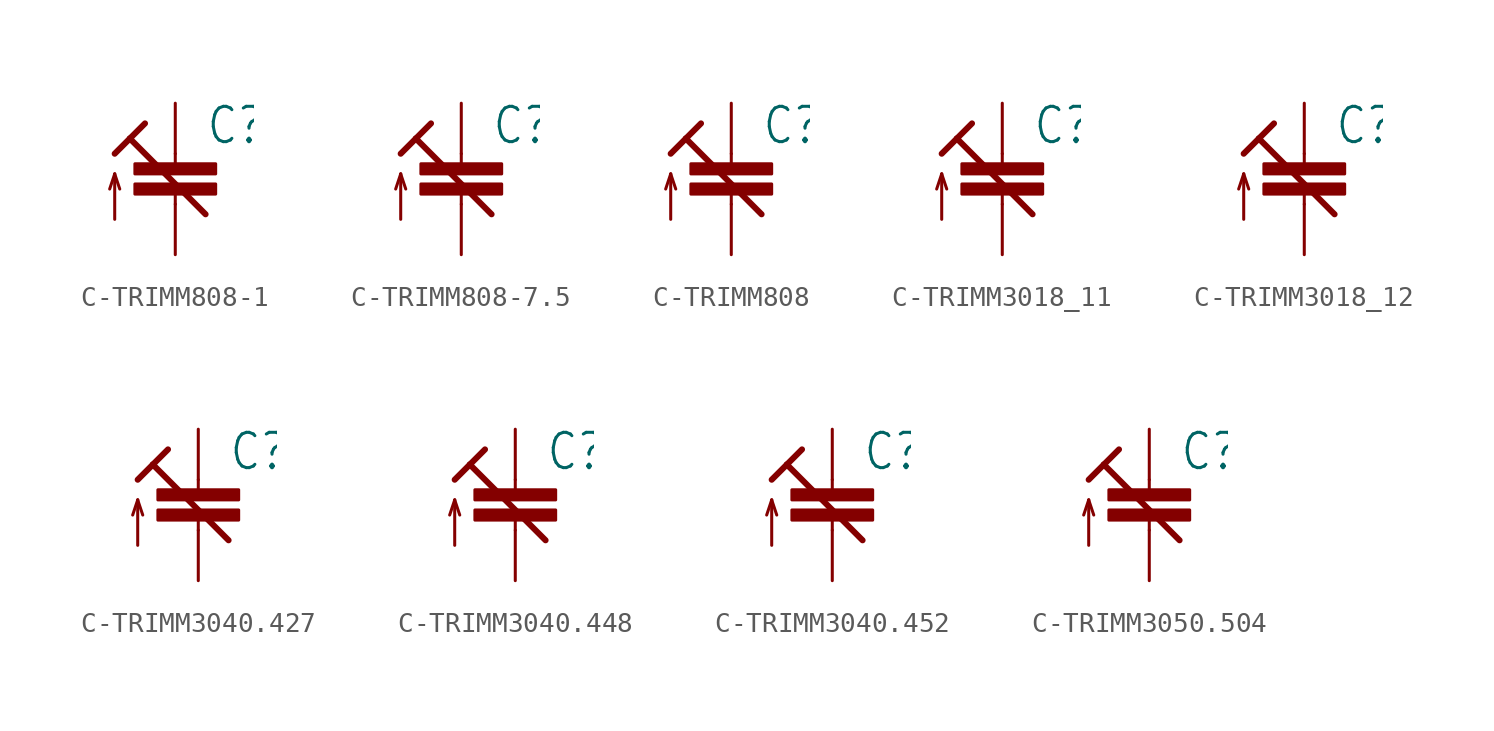
<source format=kicad_sym>
(kicad_symbol_lib
  (version 20231120)
  (generator "kicad_symbol_editor")
  (generator_version "8.0")
  (symbol "C-TRIMM808-1"
    (property "Reference" "C"
      (at 1.524 0.381 0)
      (effects (font (size 1.778 1.511)) (justify left bottom)))
    (property "Value" ""
      (at 2.286 -5.207 0)
      (effects (font (size 1.778 1.511)) (justify left bottom)))
    (property "ki_locked" ""
      (at 0 0 0)
      (effects (font (size 1.27 1.27))))
    (symbol "C-TRIMM808-1_1_0"
      (rectangle (start -2.032 -2.032) (end 2.032 -1.524) (stroke (width 0) (type default)) (fill (type outline)))
      (rectangle (start -2.032 -1.016) (end 2.032 -0.508) (stroke (width 0) (type default)) (fill (type outline)))
      (polyline (pts (xy -3.048 -3.302) (xy -3.048 -1.016)) (stroke (width 0.152) (type solid)) (fill (type none)))
      (polyline (pts (xy -3.048 -1.016) (xy -3.302 -1.778)) (stroke (width 0.152) (type solid)) (fill (type none)))
      (polyline (pts (xy -3.048 -1.016) (xy -2.794 -1.778)) (stroke (width 0.152) (type solid)) (fill (type none)))
      (polyline (pts (xy -3.048 0) (xy -2.286 0.762)) (stroke (width 0.305) (type solid)) (fill (type none)))
      (polyline (pts (xy -2.286 0.762) (xy -1.524 1.524)) (stroke (width 0.305) (type solid)) (fill (type none)))
      (polyline (pts (xy 0 -2.54) (xy 0 -2.032)) (stroke (width 0.152) (type solid)) (fill (type none)))
      (polyline (pts (xy 0 0) (xy 0 -0.508)) (stroke (width 0.152) (type solid)) (fill (type none)))
      (polyline (pts (xy 1.524 -3.048) (xy -2.286 0.762)) (stroke (width 0.305) (type solid)) (fill (type none)))
      (pin passive line (at 0 2.54 270) (length 2.54) (name "E" (effects (font (size 0 0)))) (number "1" (effects (font (size 0 0)))))
      (pin passive line (at 0 -5.08 90) (length 2.54) (name "A" (effects (font (size 0 0)))) (number "2" (effects (font (size 0 0)))))))
  (symbol "C-TRIMM808-7.5"
    (property "Reference" "C"
      (at 1.524 0.381 0)
      (effects (font (size 1.778 1.511)) (justify left bottom)))
    (property "Value" ""
      (at 2.286 -5.207 0)
      (effects (font (size 1.778 1.511)) (justify left bottom)))
    (property "ki_locked" ""
      (at 0 0 0)
      (effects (font (size 1.27 1.27))))
    (symbol "C-TRIMM808-7.5_1_0"
      (rectangle (start -2.032 -2.032) (end 2.032 -1.524) (stroke (width 0) (type default)) (fill (type outline)))
      (rectangle (start -2.032 -1.016) (end 2.032 -0.508) (stroke (width 0) (type default)) (fill (type outline)))
      (polyline (pts (xy -3.048 -3.302) (xy -3.048 -1.016)) (stroke (width 0.152) (type solid)) (fill (type none)))
      (polyline (pts (xy -3.048 -1.016) (xy -3.302 -1.778)) (stroke (width 0.152) (type solid)) (fill (type none)))
      (polyline (pts (xy -3.048 -1.016) (xy -2.794 -1.778)) (stroke (width 0.152) (type solid)) (fill (type none)))
      (polyline (pts (xy -3.048 0) (xy -2.286 0.762)) (stroke (width 0.305) (type solid)) (fill (type none)))
      (polyline (pts (xy -2.286 0.762) (xy -1.524 1.524)) (stroke (width 0.305) (type solid)) (fill (type none)))
      (polyline (pts (xy 0 -2.54) (xy 0 -2.032)) (stroke (width 0.152) (type solid)) (fill (type none)))
      (polyline (pts (xy 0 0) (xy 0 -0.508)) (stroke (width 0.152) (type solid)) (fill (type none)))
      (polyline (pts (xy 1.524 -3.048) (xy -2.286 0.762)) (stroke (width 0.305) (type solid)) (fill (type none)))
      (pin passive line (at 0 2.54 270) (length 2.54) (name "E" (effects (font (size 0 0)))) (number "1" (effects (font (size 0 0)))))
      (pin passive line (at 0 -5.08 90) (length 2.54) (name "A" (effects (font (size 0 0)))) (number "2" (effects (font (size 0 0)))))))
  (symbol "C-TRIMM808"
    (property "Reference" "C"
      (at 1.524 0.381 0)
      (effects (font (size 1.778 1.511)) (justify left bottom)))
    (property "Value" ""
      (at 2.286 -5.207 0)
      (effects (font (size 1.778 1.511)) (justify left bottom)))
    (property "ki_locked" ""
      (at 0 0 0)
      (effects (font (size 1.27 1.27))))
    (symbol "C-TRIMM808_1_0"
      (rectangle (start -2.032 -2.032) (end 2.032 -1.524) (stroke (width 0) (type default)) (fill (type outline)))
      (rectangle (start -2.032 -1.016) (end 2.032 -0.508) (stroke (width 0) (type default)) (fill (type outline)))
      (polyline (pts (xy -3.048 -3.302) (xy -3.048 -1.016)) (stroke (width 0.152) (type solid)) (fill (type none)))
      (polyline (pts (xy -3.048 -1.016) (xy -3.302 -1.778)) (stroke (width 0.152) (type solid)) (fill (type none)))
      (polyline (pts (xy -3.048 -1.016) (xy -2.794 -1.778)) (stroke (width 0.152) (type solid)) (fill (type none)))
      (polyline (pts (xy -3.048 0) (xy -2.286 0.762)) (stroke (width 0.305) (type solid)) (fill (type none)))
      (polyline (pts (xy -2.286 0.762) (xy -1.524 1.524)) (stroke (width 0.305) (type solid)) (fill (type none)))
      (polyline (pts (xy 0 -2.54) (xy 0 -2.032)) (stroke (width 0.152) (type solid)) (fill (type none)))
      (polyline (pts (xy 0 0) (xy 0 -0.508)) (stroke (width 0.152) (type solid)) (fill (type none)))
      (polyline (pts (xy 1.524 -3.048) (xy -2.286 0.762)) (stroke (width 0.305) (type solid)) (fill (type none)))
      (pin passive line (at 0 2.54 270) (length 2.54) (name "E" (effects (font (size 0 0)))) (number "1" (effects (font (size 0 0)))))
      (pin passive line (at 0 -5.08 90) (length 2.54) (name "A" (effects (font (size 0 0)))) (number "2" (effects (font (size 0 0)))))))
  (symbol "C-TRIMM3018_11"
    (property "Reference" "C"
      (at 1.524 0.381 0)
      (effects (font (size 1.778 1.511)) (justify left bottom)))
    (property "Value" ""
      (at 2.286 -5.207 0)
      (effects (font (size 1.778 1.511)) (justify left bottom)))
    (property "ki_locked" ""
      (at 0 0 0)
      (effects (font (size 1.27 1.27))))
    (symbol "C-TRIMM3018_11_1_0"
      (rectangle (start -2.032 -2.032) (end 2.032 -1.524) (stroke (width 0) (type default)) (fill (type outline)))
      (rectangle (start -2.032 -1.016) (end 2.032 -0.508) (stroke (width 0) (type default)) (fill (type outline)))
      (polyline (pts (xy -3.048 -3.302) (xy -3.048 -1.016)) (stroke (width 0.152) (type solid)) (fill (type none)))
      (polyline (pts (xy -3.048 -1.016) (xy -3.302 -1.778)) (stroke (width 0.152) (type solid)) (fill (type none)))
      (polyline (pts (xy -3.048 -1.016) (xy -2.794 -1.778)) (stroke (width 0.152) (type solid)) (fill (type none)))
      (polyline (pts (xy -3.048 0) (xy -2.286 0.762)) (stroke (width 0.305) (type solid)) (fill (type none)))
      (polyline (pts (xy -2.286 0.762) (xy -1.524 1.524)) (stroke (width 0.305) (type solid)) (fill (type none)))
      (polyline (pts (xy 0 -2.54) (xy 0 -2.032)) (stroke (width 0.152) (type solid)) (fill (type none)))
      (polyline (pts (xy 0 0) (xy 0 -0.508)) (stroke (width 0.152) (type solid)) (fill (type none)))
      (polyline (pts (xy 1.524 -3.048) (xy -2.286 0.762)) (stroke (width 0.305) (type solid)) (fill (type none)))
      (pin passive line (at 0 2.54 270) (length 2.54) (name "E" (effects (font (size 0 0)))) (number "+" (effects (font (size 0 0)))))
      (pin passive line (at 0 -5.08 90) (length 2.54) (name "A" (effects (font (size 0 0)))) (number "-" (effects (font (size 0 0)))))))
  (symbol "C-TRIMM3018_12"
    (property "Reference" "C"
      (at 1.524 0.381 0)
      (effects (font (size 1.778 1.511)) (justify left bottom)))
    (property "Value" ""
      (at 2.286 -5.207 0)
      (effects (font (size 1.778 1.511)) (justify left bottom)))
    (property "ki_locked" ""
      (at 0 0 0)
      (effects (font (size 1.27 1.27))))
    (symbol "C-TRIMM3018_12_1_0"
      (rectangle (start -2.032 -2.032) (end 2.032 -1.524) (stroke (width 0) (type default)) (fill (type outline)))
      (rectangle (start -2.032 -1.016) (end 2.032 -0.508) (stroke (width 0) (type default)) (fill (type outline)))
      (polyline (pts (xy -3.048 -3.302) (xy -3.048 -1.016)) (stroke (width 0.152) (type solid)) (fill (type none)))
      (polyline (pts (xy -3.048 -1.016) (xy -3.302 -1.778)) (stroke (width 0.152) (type solid)) (fill (type none)))
      (polyline (pts (xy -3.048 -1.016) (xy -2.794 -1.778)) (stroke (width 0.152) (type solid)) (fill (type none)))
      (polyline (pts (xy -3.048 0) (xy -2.286 0.762)) (stroke (width 0.305) (type solid)) (fill (type none)))
      (polyline (pts (xy -2.286 0.762) (xy -1.524 1.524)) (stroke (width 0.305) (type solid)) (fill (type none)))
      (polyline (pts (xy 0 -2.54) (xy 0 -2.032)) (stroke (width 0.152) (type solid)) (fill (type none)))
      (polyline (pts (xy 0 0) (xy 0 -0.508)) (stroke (width 0.152) (type solid)) (fill (type none)))
      (polyline (pts (xy 1.524 -3.048) (xy -2.286 0.762)) (stroke (width 0.305) (type solid)) (fill (type none)))
      (pin passive line (at 0 2.54 270) (length 2.54) (name "E" (effects (font (size 0 0)))) (number "+" (effects (font (size 0 0)))))
      (pin passive line (at 0 -5.08 90) (length 2.54) (name "A" (effects (font (size 0 0)))) (number "-" (effects (font (size 0 0)))))))
  (symbol "C-TRIMM3040.427"
    (property "Reference" "C"
      (at 1.524 0.381 0)
      (effects (font (size 1.778 1.511)) (justify left bottom)))
    (property "Value" ""
      (at 2.286 -5.207 0)
      (effects (font (size 1.778 1.511)) (justify left bottom)))
    (property "ki_locked" ""
      (at 0 0 0)
      (effects (font (size 1.27 1.27))))
    (symbol "C-TRIMM3040.427_1_0"
      (rectangle (start -2.032 -2.032) (end 2.032 -1.524) (stroke (width 0) (type default)) (fill (type outline)))
      (rectangle (start -2.032 -1.016) (end 2.032 -0.508) (stroke (width 0) (type default)) (fill (type outline)))
      (polyline (pts (xy -3.048 -3.302) (xy -3.048 -1.016)) (stroke (width 0.152) (type solid)) (fill (type none)))
      (polyline (pts (xy -3.048 -1.016) (xy -3.302 -1.778)) (stroke (width 0.152) (type solid)) (fill (type none)))
      (polyline (pts (xy -3.048 -1.016) (xy -2.794 -1.778)) (stroke (width 0.152) (type solid)) (fill (type none)))
      (polyline (pts (xy -3.048 0) (xy -2.286 0.762)) (stroke (width 0.305) (type solid)) (fill (type none)))
      (polyline (pts (xy -2.286 0.762) (xy -1.524 1.524)) (stroke (width 0.305) (type solid)) (fill (type none)))
      (polyline (pts (xy 0 -2.54) (xy 0 -2.032)) (stroke (width 0.152) (type solid)) (fill (type none)))
      (polyline (pts (xy 0 0) (xy 0 -0.508)) (stroke (width 0.152) (type solid)) (fill (type none)))
      (polyline (pts (xy 1.524 -3.048) (xy -2.286 0.762)) (stroke (width 0.305) (type solid)) (fill (type none)))
      (pin passive line (at 0 2.54 270) (length 2.54) (name "E" (effects (font (size 0 0)))) (number "1A" (effects (font (size 0 0)))))
      (pin passive line (at 0 -5.08 90) (length 2.54) (name "A" (effects (font (size 0 0)))) (number "2" (effects (font (size 0 0)))))))
  (symbol "C-TRIMM3040.448"
    (property "Reference" "C"
      (at 1.524 0.381 0)
      (effects (font (size 1.778 1.511)) (justify left bottom)))
    (property "Value" ""
      (at 2.286 -5.207 0)
      (effects (font (size 1.778 1.511)) (justify left bottom)))
    (property "ki_locked" ""
      (at 0 0 0)
      (effects (font (size 1.27 1.27))))
    (symbol "C-TRIMM3040.448_1_0"
      (rectangle (start -2.032 -2.032) (end 2.032 -1.524) (stroke (width 0) (type default)) (fill (type outline)))
      (rectangle (start -2.032 -1.016) (end 2.032 -0.508) (stroke (width 0) (type default)) (fill (type outline)))
      (polyline (pts (xy -3.048 -3.302) (xy -3.048 -1.016)) (stroke (width 0.152) (type solid)) (fill (type none)))
      (polyline (pts (xy -3.048 -1.016) (xy -3.302 -1.778)) (stroke (width 0.152) (type solid)) (fill (type none)))
      (polyline (pts (xy -3.048 -1.016) (xy -2.794 -1.778)) (stroke (width 0.152) (type solid)) (fill (type none)))
      (polyline (pts (xy -3.048 0) (xy -2.286 0.762)) (stroke (width 0.305) (type solid)) (fill (type none)))
      (polyline (pts (xy -2.286 0.762) (xy -1.524 1.524)) (stroke (width 0.305) (type solid)) (fill (type none)))
      (polyline (pts (xy 0 -2.54) (xy 0 -2.032)) (stroke (width 0.152) (type solid)) (fill (type none)))
      (polyline (pts (xy 0 0) (xy 0 -0.508)) (stroke (width 0.152) (type solid)) (fill (type none)))
      (polyline (pts (xy 1.524 -3.048) (xy -2.286 0.762)) (stroke (width 0.305) (type solid)) (fill (type none)))
      (pin passive line (at 0 2.54 270) (length 2.54) (name "E" (effects (font (size 0 0)))) (number "1A" (effects (font (size 0 0)))))
      (pin passive line (at 0 -5.08 90) (length 2.54) (name "A" (effects (font (size 0 0)))) (number "2" (effects (font (size 0 0)))))))
  (symbol "C-TRIMM3040.452"
    (property "Reference" "C"
      (at 1.524 0.381 0)
      (effects (font (size 1.778 1.511)) (justify left bottom)))
    (property "Value" ""
      (at 2.286 -5.207 0)
      (effects (font (size 1.778 1.511)) (justify left bottom)))
    (property "ki_locked" ""
      (at 0 0 0)
      (effects (font (size 1.27 1.27))))
    (symbol "C-TRIMM3040.452_1_0"
      (rectangle (start -2.032 -2.032) (end 2.032 -1.524) (stroke (width 0) (type default)) (fill (type outline)))
      (rectangle (start -2.032 -1.016) (end 2.032 -0.508) (stroke (width 0) (type default)) (fill (type outline)))
      (polyline (pts (xy -3.048 -3.302) (xy -3.048 -1.016)) (stroke (width 0.152) (type solid)) (fill (type none)))
      (polyline (pts (xy -3.048 -1.016) (xy -3.302 -1.778)) (stroke (width 0.152) (type solid)) (fill (type none)))
      (polyline (pts (xy -3.048 -1.016) (xy -2.794 -1.778)) (stroke (width 0.152) (type solid)) (fill (type none)))
      (polyline (pts (xy -3.048 0) (xy -2.286 0.762)) (stroke (width 0.305) (type solid)) (fill (type none)))
      (polyline (pts (xy -2.286 0.762) (xy -1.524 1.524)) (stroke (width 0.305) (type solid)) (fill (type none)))
      (polyline (pts (xy 0 -2.54) (xy 0 -2.032)) (stroke (width 0.152) (type solid)) (fill (type none)))
      (polyline (pts (xy 0 0) (xy 0 -0.508)) (stroke (width 0.152) (type solid)) (fill (type none)))
      (polyline (pts (xy 1.524 -3.048) (xy -2.286 0.762)) (stroke (width 0.305) (type solid)) (fill (type none)))
      (pin passive line (at 0 2.54 270) (length 2.54) (name "E" (effects (font (size 0 0)))) (number "1A" (effects (font (size 0 0)))))
      (pin passive line (at 0 -5.08 90) (length 2.54) (name "A" (effects (font (size 0 0)))) (number "2" (effects (font (size 0 0)))))))
  (symbol "C-TRIMM3050.504"
    (property "Reference" "C"
      (at 1.524 0.381 0)
      (effects (font (size 1.778 1.511)) (justify left bottom)))
    (property "Value" ""
      (at 2.286 -5.207 0)
      (effects (font (size 1.778 1.511)) (justify left bottom)))
    (property "ki_locked" ""
      (at 0 0 0)
      (effects (font (size 1.27 1.27))))
    (symbol "C-TRIMM3050.504_1_0"
      (rectangle (start -2.032 -2.032) (end 2.032 -1.524) (stroke (width 0) (type default)) (fill (type outline)))
      (rectangle (start -2.032 -1.016) (end 2.032 -0.508) (stroke (width 0) (type default)) (fill (type outline)))
      (polyline (pts (xy -3.048 -3.302) (xy -3.048 -1.016)) (stroke (width 0.152) (type solid)) (fill (type none)))
      (polyline (pts (xy -3.048 -1.016) (xy -3.302 -1.778)) (stroke (width 0.152) (type solid)) (fill (type none)))
      (polyline (pts (xy -3.048 -1.016) (xy -2.794 -1.778)) (stroke (width 0.152) (type solid)) (fill (type none)))
      (polyline (pts (xy -3.048 0) (xy -2.286 0.762)) (stroke (width 0.305) (type solid)) (fill (type none)))
      (polyline (pts (xy -2.286 0.762) (xy -1.524 1.524)) (stroke (width 0.305) (type solid)) (fill (type none)))
      (polyline (pts (xy 0 -2.54) (xy 0 -2.032)) (stroke (width 0.152) (type solid)) (fill (type none)))
      (polyline (pts (xy 0 0) (xy 0 -0.508)) (stroke (width 0.152) (type solid)) (fill (type none)))
      (polyline (pts (xy 1.524 -3.048) (xy -2.286 0.762)) (stroke (width 0.305) (type solid)) (fill (type none)))
      (pin passive line (at 0 2.54 270) (length 2.54) (name "E" (effects (font (size 0 0)))) (number "1" (effects (font (size 0 0)))))
      (pin passive line (at 0 -5.08 90) (length 2.54) (name "A" (effects (font (size 0 0)))) (number "2" (effects (font (size 0 0))))))))
</source>
